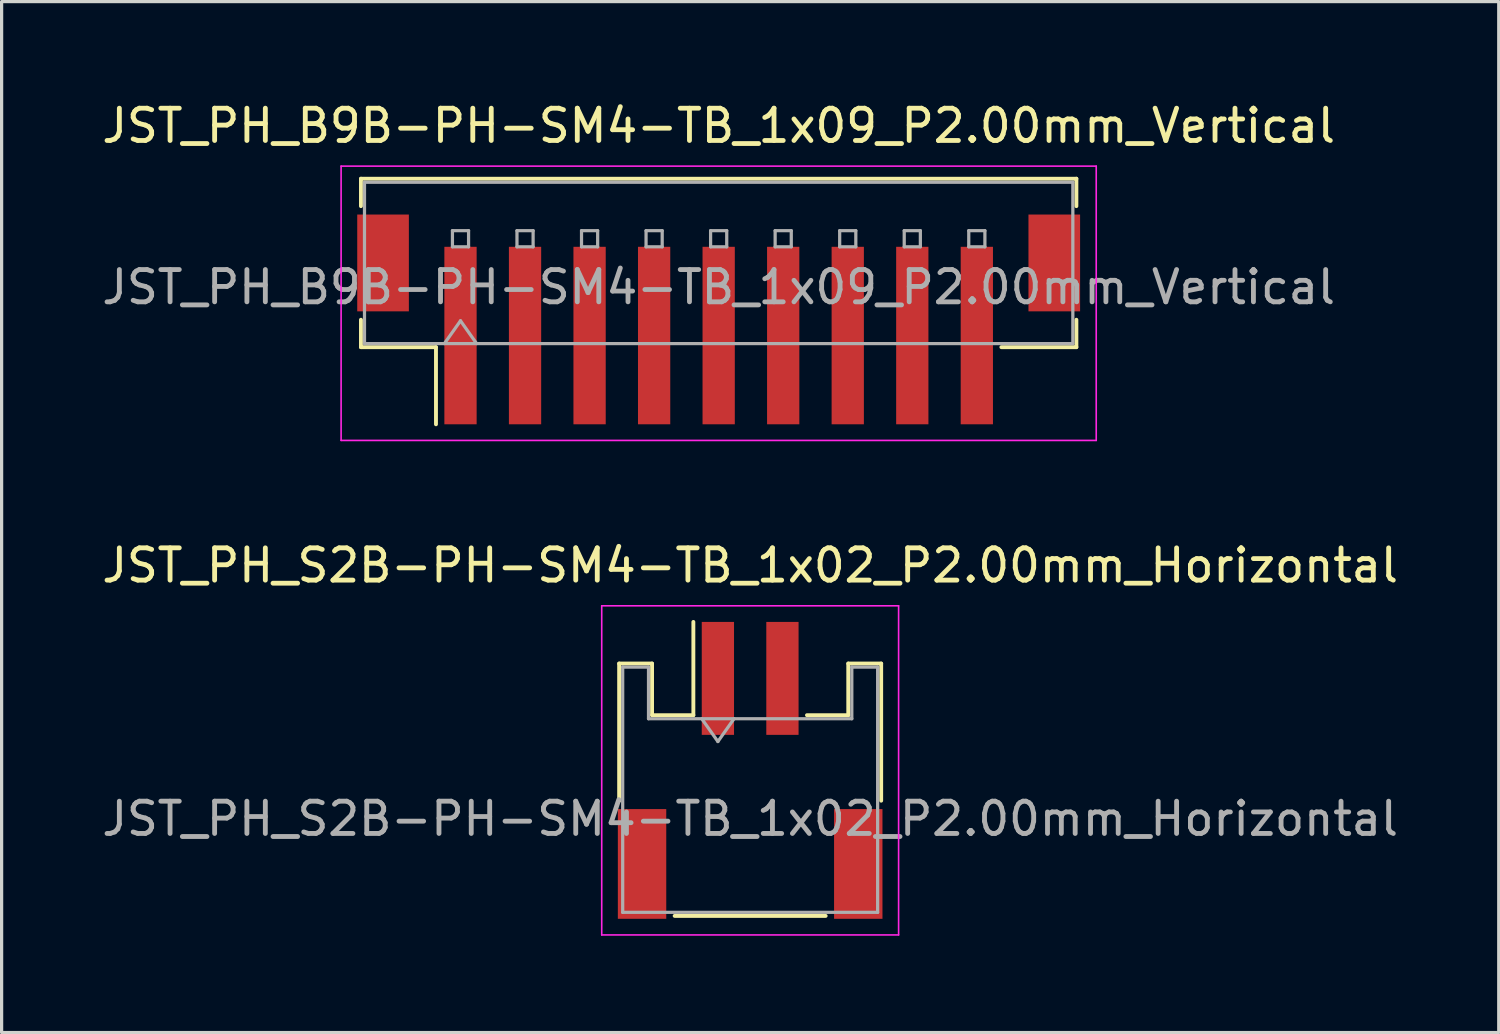
<source format=kicad_pcb>
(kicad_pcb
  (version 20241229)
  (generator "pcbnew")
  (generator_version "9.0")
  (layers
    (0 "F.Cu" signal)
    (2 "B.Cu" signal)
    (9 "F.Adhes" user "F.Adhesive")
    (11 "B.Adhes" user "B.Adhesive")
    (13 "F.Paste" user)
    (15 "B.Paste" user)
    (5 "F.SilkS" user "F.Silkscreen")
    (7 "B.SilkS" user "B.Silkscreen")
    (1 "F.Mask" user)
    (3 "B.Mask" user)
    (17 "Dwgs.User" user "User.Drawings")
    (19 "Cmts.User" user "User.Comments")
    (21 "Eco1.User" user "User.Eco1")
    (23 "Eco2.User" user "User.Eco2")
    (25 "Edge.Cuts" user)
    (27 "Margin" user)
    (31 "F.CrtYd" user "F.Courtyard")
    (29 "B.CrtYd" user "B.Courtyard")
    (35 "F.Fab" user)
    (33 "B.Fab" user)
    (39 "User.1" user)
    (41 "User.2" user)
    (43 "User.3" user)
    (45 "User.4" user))
  (footprint "JST_PH_B9B-PH-SM4-TB_1x09_P2.00mm_Vertical"
    (layer "F.Cu")
    (at 19.22 6.848)
    (property "Reference" "JST_PH_B9B-PH-SM4-TB_1x09_P2.00mm_Vertical" (at 0 -6 0) (layer "F.SilkS") (effects (font (size 1 1) (thickness 0.15))))
    (attr smd)
    (fp_line (start -11.085 -4.36) (end 11.085 -4.36) (stroke (width 0.12) (type solid)) (layer "F.SilkS"))
    (fp_line (start -11.085 -3.51) (end -11.085 -4.36) (stroke (width 0.12) (type solid)) (layer "F.SilkS"))
    (fp_line (start -11.085 0.01) (end -11.085 0.86) (stroke (width 0.12) (type solid)) (layer "F.SilkS"))
    (fp_line (start -11.085 0.86) (end -8.76 0.86) (stroke (width 0.12) (type solid)) (layer "F.SilkS"))
    (fp_line (start -8.76 0.86) (end -8.76 3.25) (stroke (width 0.12) (type solid)) (layer "F.SilkS"))
    (fp_line (start 11.085 -4.36) (end 11.085 -3.51) (stroke (width 0.12) (type solid)) (layer "F.SilkS"))
    (fp_line (start 11.085 0.01) (end 11.085 0.86) (stroke (width 0.12) (type solid)) (layer "F.SilkS"))
    (fp_line (start 11.085 0.86) (end 8.76 0.86) (stroke (width 0.12) (type solid)) (layer "F.SilkS"))
    (fp_line (start -11.7 -4.75) (end -11.7 3.75) (stroke (width 0.05) (type solid)) (layer "F.CrtYd"))
    (fp_line (start -11.7 3.75) (end 11.7 3.75) (stroke (width 0.05) (type solid)) (layer "F.CrtYd"))
    (fp_line (start 11.7 -4.75) (end -11.7 -4.75) (stroke (width 0.05) (type solid)) (layer "F.CrtYd"))
    (fp_line (start 11.7 3.75) (end 11.7 -4.75) (stroke (width 0.05) (type solid)) (layer "F.CrtYd"))
    (fp_line (start -10.975 -4.25) (end 10.975 -4.25) (stroke (width 0.1) (type solid)) (layer "F.Fab"))
    (fp_line (start -10.975 0.75) (end -10.975 -4.25) (stroke (width 0.1) (type solid)) (layer "F.Fab"))
    (fp_line (start -10.975 0.75) (end 10.975 0.75) (stroke (width 0.1) (type solid)) (layer "F.Fab"))
    (fp_line (start -8.5 0.75) (end -8 0.043) (stroke (width 0.1) (type solid)) (layer "F.Fab"))
    (fp_line (start -8.25 -2.75) (end -8.25 -2.25) (stroke (width 0.1) (type solid)) (layer "F.Fab"))
    (fp_line (start -8.25 -2.25) (end -7.75 -2.25) (stroke (width 0.1) (type solid)) (layer "F.Fab"))
    (fp_line (start -8 0.043) (end -7.5 0.75) (stroke (width 0.1) (type solid)) (layer "F.Fab"))
    (fp_line (start -7.75 -2.75) (end -8.25 -2.75) (stroke (width 0.1) (type solid)) (layer "F.Fab"))
    (fp_line (start -7.75 -2.25) (end -7.75 -2.75) (stroke (width 0.1) (type solid)) (layer "F.Fab"))
    (fp_line (start -6.25 -2.75) (end -6.25 -2.25) (stroke (width 0.1) (type solid)) (layer "F.Fab"))
    (fp_line (start -6.25 -2.25) (end -5.75 -2.25) (stroke (width 0.1) (type solid)) (layer "F.Fab"))
    (fp_line (start -5.75 -2.75) (end -6.25 -2.75) (stroke (width 0.1) (type solid)) (layer "F.Fab"))
    (fp_line (start -5.75 -2.25) (end -5.75 -2.75) (stroke (width 0.1) (type solid)) (layer "F.Fab"))
    (fp_line (start -4.25 -2.75) (end -4.25 -2.25) (stroke (width 0.1) (type solid)) (layer "F.Fab"))
    (fp_line (start -4.25 -2.25) (end -3.75 -2.25) (stroke (width 0.1) (type solid)) (layer "F.Fab"))
    (fp_line (start -3.75 -2.75) (end -4.25 -2.75) (stroke (width 0.1) (type solid)) (layer "F.Fab"))
    (fp_line (start -3.75 -2.25) (end -3.75 -2.75) (stroke (width 0.1) (type solid)) (layer "F.Fab"))
    (fp_line (start -2.25 -2.75) (end -2.25 -2.25) (stroke (width 0.1) (type solid)) (layer "F.Fab"))
    (fp_line (start -2.25 -2.25) (end -1.75 -2.25) (stroke (width 0.1) (type solid)) (layer "F.Fab"))
    (fp_line (start -1.75 -2.75) (end -2.25 -2.75) (stroke (width 0.1) (type solid)) (layer "F.Fab"))
    (fp_line (start -1.75 -2.25) (end -1.75 -2.75) (stroke (width 0.1) (type solid)) (layer "F.Fab"))
    (fp_line (start -0.25 -2.75) (end -0.25 -2.25) (stroke (width 0.1) (type solid)) (layer "F.Fab"))
    (fp_line (start -0.25 -2.25) (end 0.25 -2.25) (stroke (width 0.1) (type solid)) (layer "F.Fab"))
    (fp_line (start 0.25 -2.75) (end -0.25 -2.75) (stroke (width 0.1) (type solid)) (layer "F.Fab"))
    (fp_line (start 0.25 -2.25) (end 0.25 -2.75) (stroke (width 0.1) (type solid)) (layer "F.Fab"))
    (fp_line (start 1.75 -2.75) (end 1.75 -2.25) (stroke (width 0.1) (type solid)) (layer "F.Fab"))
    (fp_line (start 1.75 -2.25) (end 2.25 -2.25) (stroke (width 0.1) (type solid)) (layer "F.Fab"))
    (fp_line (start 2.25 -2.75) (end 1.75 -2.75) (stroke (width 0.1) (type solid)) (layer "F.Fab"))
    (fp_line (start 2.25 -2.25) (end 2.25 -2.75) (stroke (width 0.1) (type solid)) (layer "F.Fab"))
    (fp_line (start 3.75 -2.75) (end 3.75 -2.25) (stroke (width 0.1) (type solid)) (layer "F.Fab"))
    (fp_line (start 3.75 -2.25) (end 4.25 -2.25) (stroke (width 0.1) (type solid)) (layer "F.Fab"))
    (fp_line (start 4.25 -2.75) (end 3.75 -2.75) (stroke (width 0.1) (type solid)) (layer "F.Fab"))
    (fp_line (start 4.25 -2.25) (end 4.25 -2.75) (stroke (width 0.1) (type solid)) (layer "F.Fab"))
    (fp_line (start 5.75 -2.75) (end 5.75 -2.25) (stroke (width 0.1) (type solid)) (layer "F.Fab"))
    (fp_line (start 5.75 -2.25) (end 6.25 -2.25) (stroke (width 0.1) (type solid)) (layer "F.Fab"))
    (fp_line (start 6.25 -2.75) (end 5.75 -2.75) (stroke (width 0.1) (type solid)) (layer "F.Fab"))
    (fp_line (start 6.25 -2.25) (end 6.25 -2.75) (stroke (width 0.1) (type solid)) (layer "F.Fab"))
    (fp_line (start 7.75 -2.75) (end 7.75 -2.25) (stroke (width 0.1) (type solid)) (layer "F.Fab"))
    (fp_line (start 7.75 -2.25) (end 8.25 -2.25) (stroke (width 0.1) (type solid)) (layer "F.Fab"))
    (fp_line (start 8.25 -2.75) (end 7.75 -2.75) (stroke (width 0.1) (type solid)) (layer "F.Fab"))
    (fp_line (start 8.25 -2.25) (end 8.25 -2.75) (stroke (width 0.1) (type solid)) (layer "F.Fab"))
    (fp_line (start 10.975 0.75) (end 10.975 -4.25) (stroke (width 0.1) (type solid)) (layer "F.Fab"))
    (fp_text user "${REFERENCE}" (at 0 -1 0) (layer "F.Fab") (effects (font (size 1 1) (thickness 0.15))))
    (pad "" smd rect (at -10.4 -1.75) (size 1.6 3) (layers "F.Cu" "F.Mask" "F.Paste"))
    (pad "" smd rect (at 10.4 -1.75) (size 1.6 3) (layers "F.Cu" "F.Mask" "F.Paste"))
    (pad "1" smd rect (at -8 0.5) (size 1 5.5) (layers "F.Cu" "F.Mask" "F.Paste"))
    (pad "2" smd rect (at -6 0.5) (size 1 5.5) (layers "F.Cu" "F.Mask" "F.Paste"))
    (pad "3" smd rect (at -4 0.5) (size 1 5.5) (layers "F.Cu" "F.Mask" "F.Paste"))
    (pad "4" smd rect (at -2 0.5) (size 1 5.5) (layers "F.Cu" "F.Mask" "F.Paste"))
    (pad "5" smd rect (at 0 0.5) (size 1 5.5) (layers "F.Cu" "F.Mask" "F.Paste"))
    (pad "6" smd rect (at 2 0.5) (size 1 5.5) (layers "F.Cu" "F.Mask" "F.Paste"))
    (pad "7" smd rect (at 4 0.5) (size 1 5.5) (layers "F.Cu" "F.Mask" "F.Paste"))
    (pad "8" smd rect (at 6 0.5) (size 1 5.5) (layers "F.Cu" "F.Mask" "F.Paste"))
    (pad "9" smd rect (at 8 0.5) (size 1 5.5) (layers "F.Cu" "F.Mask" "F.Paste")))
  (footprint "JST_PH_S2B-PH-SM4-TB_1x02_P2.00mm_Horizontal"
    (layer "F.Cu")
    (at 20.196 20.822)
    (property "Reference" "JST_PH_S2B-PH-SM4-TB_1x02_P2.00mm_Horizontal" (at 0 -6.35 0) (layer "F.SilkS") (effects (font (size 1 1) (thickness 0.15))))
    (attr smd)
    (fp_line (start -4.06 -3.31) (end -3.04 -3.31) (stroke (width 0.12) (type solid)) (layer "F.SilkS"))
    (fp_line (start -4.06 0.94) (end -4.06 -3.31) (stroke (width 0.12) (type solid)) (layer "F.SilkS"))
    (fp_line (start -3.04 -3.31) (end -3.04 -1.71) (stroke (width 0.12) (type solid)) (layer "F.SilkS"))
    (fp_line (start -3.04 -1.71) (end -1.76 -1.71) (stroke (width 0.12) (type solid)) (layer "F.SilkS"))
    (fp_line (start -2.34 4.51) (end 2.34 4.51) (stroke (width 0.12) (type solid)) (layer "F.SilkS"))
    (fp_line (start -1.76 -1.71) (end -1.76 -4.6) (stroke (width 0.12) (type solid)) (layer "F.SilkS"))
    (fp_line (start 3.04 -3.31) (end 3.04 -1.71) (stroke (width 0.12) (type solid)) (layer "F.SilkS"))
    (fp_line (start 3.04 -1.71) (end 1.76 -1.71) (stroke (width 0.12) (type solid)) (layer "F.SilkS"))
    (fp_line (start 4.06 -3.31) (end 3.04 -3.31) (stroke (width 0.12) (type solid)) (layer "F.SilkS"))
    (fp_line (start 4.06 0.94) (end 4.06 -3.31) (stroke (width 0.12) (type solid)) (layer "F.SilkS"))
    (fp_line (start -4.6 -5.1) (end -4.6 5.1) (stroke (width 0.05) (type solid)) (layer "F.CrtYd"))
    (fp_line (start -4.6 5.1) (end 4.6 5.1) (stroke (width 0.05) (type solid)) (layer "F.CrtYd"))
    (fp_line (start 4.6 -5.1) (end -4.6 -5.1) (stroke (width 0.05) (type solid)) (layer "F.CrtYd"))
    (fp_line (start 4.6 5.1) (end 4.6 -5.1) (stroke (width 0.05) (type solid)) (layer "F.CrtYd"))
    (fp_line (start -3.95 -3.2) (end -3.95 4.4) (stroke (width 0.1) (type solid)) (layer "F.Fab"))
    (fp_line (start -3.95 -3.2) (end -3.15 -3.2) (stroke (width 0.1) (type solid)) (layer "F.Fab"))
    (fp_line (start -3.95 4.4) (end 3.95 4.4) (stroke (width 0.1) (type solid)) (layer "F.Fab"))
    (fp_line (start -3.15 -3.2) (end -3.15 -1.6) (stroke (width 0.1) (type solid)) (layer "F.Fab"))
    (fp_line (start -3.15 -1.6) (end 3.15 -1.6) (stroke (width 0.1) (type solid)) (layer "F.Fab"))
    (fp_line (start -1.5 -1.6) (end -1 -0.893) (stroke (width 0.1) (type solid)) (layer "F.Fab"))
    (fp_line (start -1 -0.893) (end -0.5 -1.6) (stroke (width 0.1) (type solid)) (layer "F.Fab"))
    (fp_line (start 3.15 -3.2) (end 3.95 -3.2) (stroke (width 0.1) (type solid)) (layer "F.Fab"))
    (fp_line (start 3.15 -1.6) (end 3.15 -3.2) (stroke (width 0.1) (type solid)) (layer "F.Fab"))
    (fp_line (start 3.95 -3.2) (end 3.95 4.4) (stroke (width 0.1) (type solid)) (layer "F.Fab"))
    (fp_text user "${REFERENCE}" (at 0 1.5 0) (layer "F.Fab") (effects (font (size 1 1) (thickness 0.15))))
    (pad "" smd rect (at -3.35 2.9) (size 1.5 3.4) (layers "F.Cu" "F.Mask" "F.Paste"))
    (pad "" smd rect (at 3.35 2.9) (size 1.5 3.4) (layers "F.Cu" "F.Mask" "F.Paste"))
    (pad "1" smd rect (at -1 -2.85) (size 1 3.5) (layers "F.Cu" "F.Mask" "F.Paste"))
    (pad "2" smd rect (at 1 -2.85) (size 1 3.5) (layers "F.Cu" "F.Mask" "F.Paste")))
  (gr_rect
    (start -3 -3)
    (end 43.393 28.947)
    (stroke (width 0.1) (type default))
    (fill no)
    (layer "Edge.Cuts")))
</source>
